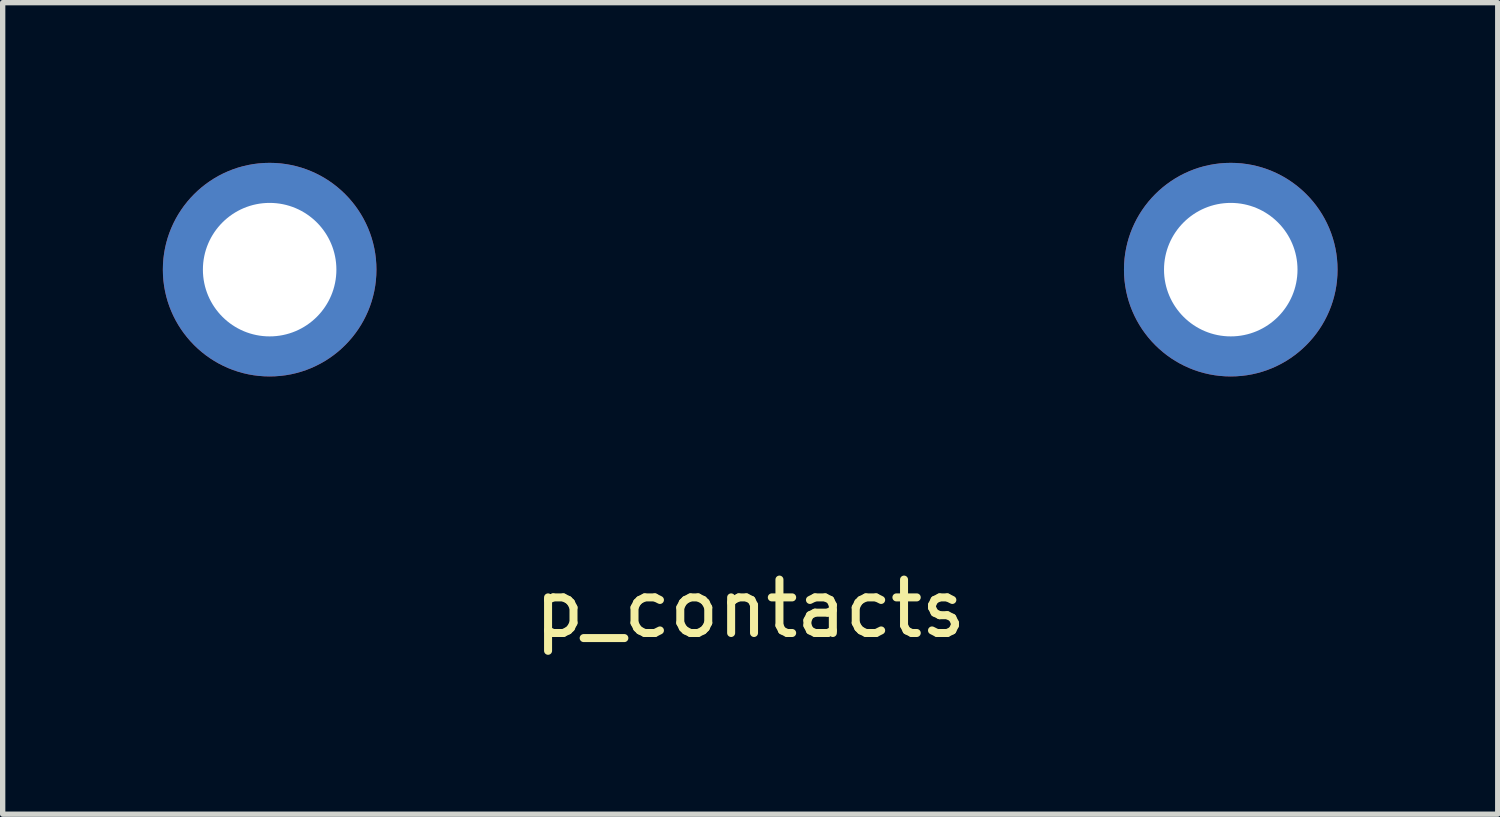
<source format=kicad_pcb>
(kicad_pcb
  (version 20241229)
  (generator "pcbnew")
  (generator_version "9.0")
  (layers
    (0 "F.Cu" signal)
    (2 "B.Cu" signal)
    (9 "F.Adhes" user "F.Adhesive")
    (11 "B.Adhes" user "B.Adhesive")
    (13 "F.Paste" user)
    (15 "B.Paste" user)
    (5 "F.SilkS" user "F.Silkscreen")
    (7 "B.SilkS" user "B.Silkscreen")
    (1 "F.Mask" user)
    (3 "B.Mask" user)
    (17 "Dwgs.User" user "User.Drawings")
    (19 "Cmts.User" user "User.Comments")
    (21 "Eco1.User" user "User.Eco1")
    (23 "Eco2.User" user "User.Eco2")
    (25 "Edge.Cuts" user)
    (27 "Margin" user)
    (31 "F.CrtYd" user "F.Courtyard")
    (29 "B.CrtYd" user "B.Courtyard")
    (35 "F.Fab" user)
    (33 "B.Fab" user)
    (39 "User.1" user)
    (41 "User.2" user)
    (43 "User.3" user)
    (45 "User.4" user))
  (footprint "p_contacts"
    (layer "F.Cu")
    (at 11 2)
    (property "Reference" "p_contacts" (at 0 6.35 0) (layer "F.SilkS") (effects (font (size 1 1) (thickness 0.15))))
    (attr through_hole)
    (pad "1" thru_hole circle (at -9 0) (size 4 4) (drill 2.5) (layers "*.Mask" "F.Cu"))
    (pad "2" thru_hole circle (at 9 0) (size 4 4) (drill 2.5) (layers "*.Mask" "F.Cu")))
  (gr_rect
    (start -3 -3)
    (end 25 12.198)
    (stroke (width 0.1) (type default))
    (fill no)
    (layer "Edge.Cuts")))
</source>
